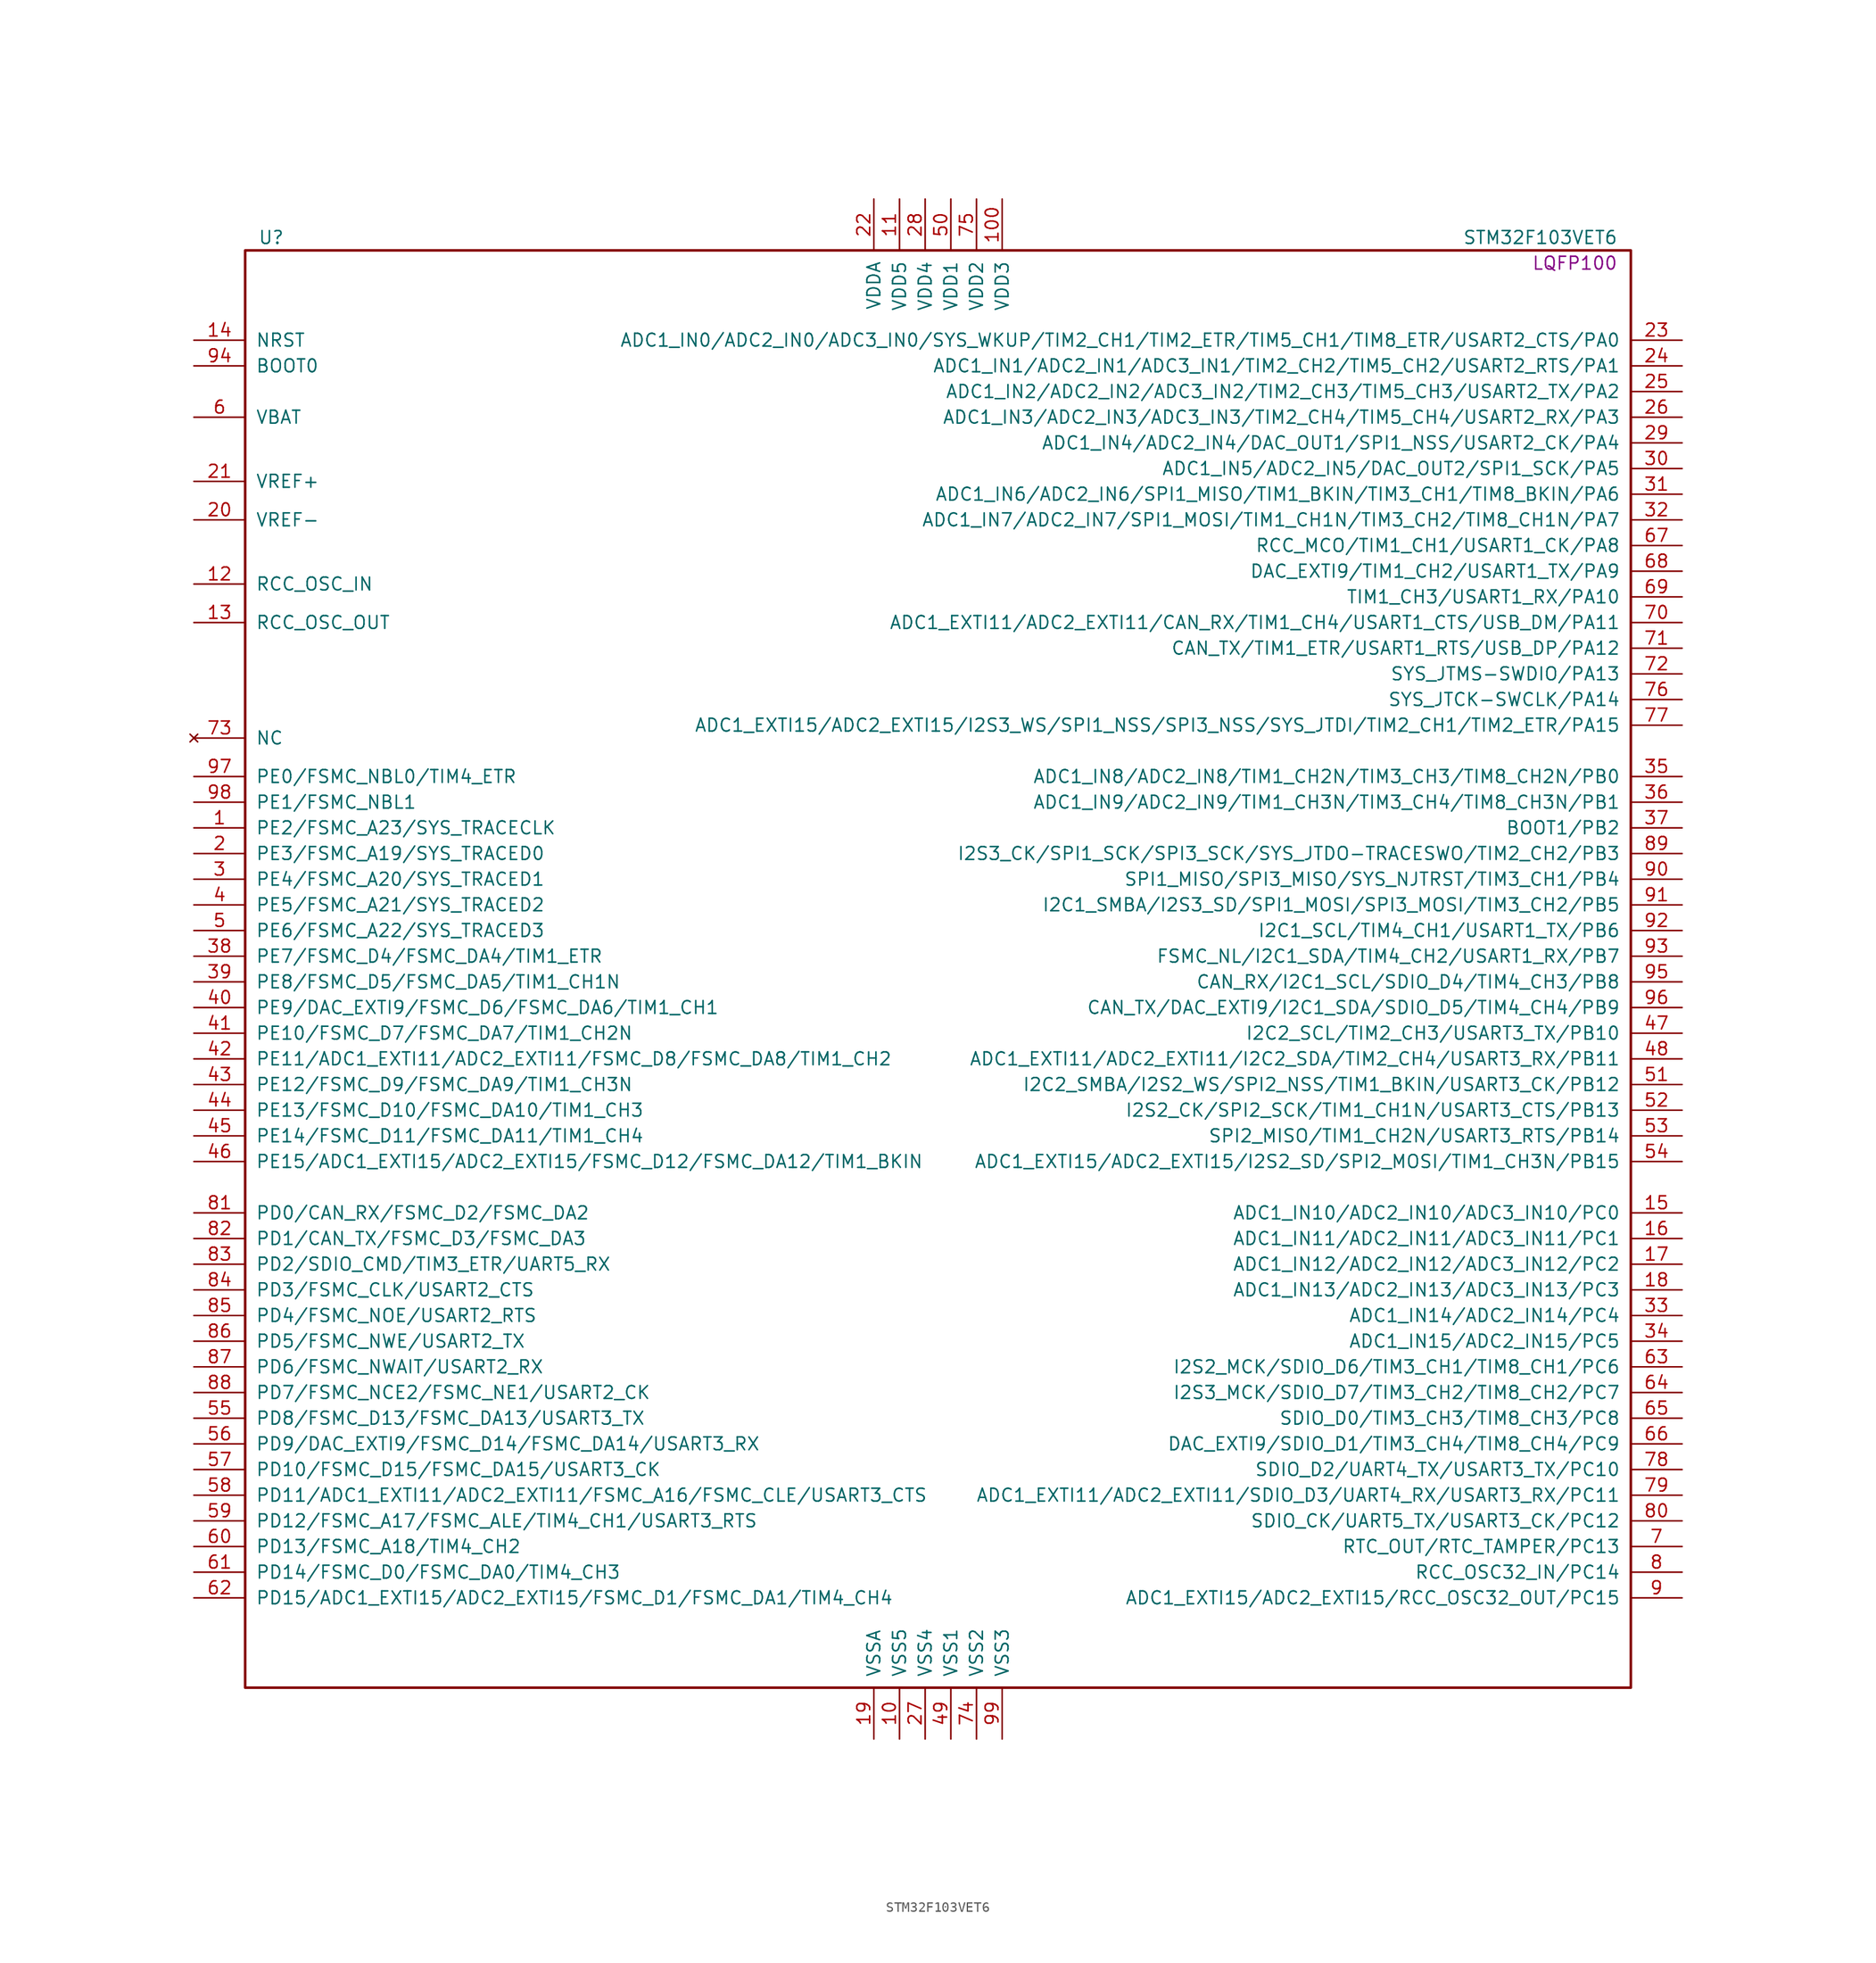
<source format=kicad_sym>
(kicad_symbol_lib
  (version 20220914)
  (generator kicad_symbol_editor)
  (symbol "STM32F103VET6"
    (pin_names
      (offset 1.016))
    (property "Reference" "U"
      (at -67.31 72.39 0)
      (effects (font (size 1.27 1.27)) (justify left)))
    (property "Value" "STM32F103VET6"
      (at 67.31 72.39 0)
      (effects (font (size 1.27 1.27)) (justify right)))
    (property "Footprint" "LQFP100"
      (at 67.31 69.85 0)
      (effects (font (size 1.27 1.27)) (justify right)))
    (property "Datasheet" ""
      (at 0 -1.27 0)
      (effects (font (size 1.27 1.27))))
    (symbol "STM32F103VET6_0_1"
      (rectangle (start -68.58 -71.12) (end 68.58 71.12) (stroke (width 0.254) (type default)) (fill (type none))))
    (symbol "STM32F103VET6_1_1"
      (pin bidirectional line (at -73.66 13.97 0) (length 5.08) (name "PE2/FSMC_A23/SYS_TRACECLK" (effects (font (size 1.27 1.27)))) (number "1" (effects (font (size 1.27 1.27)))))
      (pin power_in line (at -3.81 -76.2 90) (length 5.08) (name "VSS5" (effects (font (size 1.27 1.27)))) (number "10" (effects (font (size 1.27 1.27)))))
      (pin power_in line (at 6.35 76.2 270) (length 5.08) (name "VDD3" (effects (font (size 1.27 1.27)))) (number "100" (effects (font (size 1.27 1.27)))))
      (pin power_in line (at -3.81 76.2 270) (length 5.08) (name "VDD5" (effects (font (size 1.27 1.27)))) (number "11" (effects (font (size 1.27 1.27)))))
      (pin input line (at -73.66 38.1 0) (length 5.08) (name "RCC_OSC_IN" (effects (font (size 1.27 1.27)))) (number "12" (effects (font (size 1.27 1.27)))))
      (pin input line (at -73.66 34.29 0) (length 5.08) (name "RCC_OSC_OUT" (effects (font (size 1.27 1.27)))) (number "13" (effects (font (size 1.27 1.27)))))
      (pin input line (at -73.66 62.23 0) (length 5.08) (name "NRST" (effects (font (size 1.27 1.27)))) (number "14" (effects (font (size 1.27 1.27)))))
      (pin bidirectional line (at 73.66 -24.13 180) (length 5.08) (name "ADC1_IN10/ADC2_IN10/ADC3_IN10/PC0" (effects (font (size 1.27 1.27)))) (number "15" (effects (font (size 1.27 1.27)))))
      (pin bidirectional line (at 73.66 -26.67 180) (length 5.08) (name "ADC1_IN11/ADC2_IN11/ADC3_IN11/PC1" (effects (font (size 1.27 1.27)))) (number "16" (effects (font (size 1.27 1.27)))))
      (pin bidirectional line (at 73.66 -29.21 180) (length 5.08) (name "ADC1_IN12/ADC2_IN12/ADC3_IN12/PC2" (effects (font (size 1.27 1.27)))) (number "17" (effects (font (size 1.27 1.27)))))
      (pin bidirectional line (at 73.66 -31.75 180) (length 5.08) (name "ADC1_IN13/ADC2_IN13/ADC3_IN13/PC3" (effects (font (size 1.27 1.27)))) (number "18" (effects (font (size 1.27 1.27)))))
      (pin power_in line (at -6.35 -76.2 90) (length 5.08) (name "VSSA" (effects (font (size 1.27 1.27)))) (number "19" (effects (font (size 1.27 1.27)))))
      (pin bidirectional line (at -73.66 11.43 0) (length 5.08) (name "PE3/FSMC_A19/SYS_TRACED0" (effects (font (size 1.27 1.27)))) (number "2" (effects (font (size 1.27 1.27)))))
      (pin power_in line (at -73.66 44.45 0) (length 5.08) (name "VREF-" (effects (font (size 1.27 1.27)))) (number "20" (effects (font (size 1.27 1.27)))))
      (pin power_in line (at -73.66 48.26 0) (length 5.08) (name "VREF+" (effects (font (size 1.27 1.27)))) (number "21" (effects (font (size 1.27 1.27)))))
      (pin power_in line (at -6.35 76.2 270) (length 5.08) (name "VDDA" (effects (font (size 1.27 1.27)))) (number "22" (effects (font (size 1.27 1.27)))))
      (pin bidirectional line (at 73.66 62.23 180) (length 5.08) (name "ADC1_IN0/ADC2_IN0/ADC3_IN0/SYS_WKUP/TIM2_CH1/TIM2_ETR/TIM5_CH1/TIM8_ETR/USART2_CTS/PA0" (effects (font (size 1.27 1.27)))) (number "23" (effects (font (size 1.27 1.27)))))
      (pin bidirectional line (at 73.66 59.69 180) (length 5.08) (name "ADC1_IN1/ADC2_IN1/ADC3_IN1/TIM2_CH2/TIM5_CH2/USART2_RTS/PA1" (effects (font (size 1.27 1.27)))) (number "24" (effects (font (size 1.27 1.27)))))
      (pin bidirectional line (at 73.66 57.15 180) (length 5.08) (name "ADC1_IN2/ADC2_IN2/ADC3_IN2/TIM2_CH3/TIM5_CH3/USART2_TX/PA2" (effects (font (size 1.27 1.27)))) (number "25" (effects (font (size 1.27 1.27)))))
      (pin bidirectional line (at 73.66 54.61 180) (length 5.08) (name "ADC1_IN3/ADC2_IN3/ADC3_IN3/TIM2_CH4/TIM5_CH4/USART2_RX/PA3" (effects (font (size 1.27 1.27)))) (number "26" (effects (font (size 1.27 1.27)))))
      (pin power_in line (at -1.27 -76.2 90) (length 5.08) (name "VSS4" (effects (font (size 1.27 1.27)))) (number "27" (effects (font (size 1.27 1.27)))))
      (pin power_in line (at -1.27 76.2 270) (length 5.08) (name "VDD4" (effects (font (size 1.27 1.27)))) (number "28" (effects (font (size 1.27 1.27)))))
      (pin bidirectional line (at 73.66 52.07 180) (length 5.08) (name "ADC1_IN4/ADC2_IN4/DAC_OUT1/SPI1_NSS/USART2_CK/PA4" (effects (font (size 1.27 1.27)))) (number "29" (effects (font (size 1.27 1.27)))))
      (pin bidirectional line (at -73.66 8.89 0) (length 5.08) (name "PE4/FSMC_A20/SYS_TRACED1" (effects (font (size 1.27 1.27)))) (number "3" (effects (font (size 1.27 1.27)))))
      (pin bidirectional line (at 73.66 49.53 180) (length 5.08) (name "ADC1_IN5/ADC2_IN5/DAC_OUT2/SPI1_SCK/PA5" (effects (font (size 1.27 1.27)))) (number "30" (effects (font (size 1.27 1.27)))))
      (pin bidirectional line (at 73.66 46.99 180) (length 5.08) (name "ADC1_IN6/ADC2_IN6/SPI1_MISO/TIM1_BKIN/TIM3_CH1/TIM8_BKIN/PA6" (effects (font (size 1.27 1.27)))) (number "31" (effects (font (size 1.27 1.27)))))
      (pin bidirectional line (at 73.66 44.45 180) (length 5.08) (name "ADC1_IN7/ADC2_IN7/SPI1_MOSI/TIM1_CH1N/TIM3_CH2/TIM8_CH1N/PA7" (effects (font (size 1.27 1.27)))) (number "32" (effects (font (size 1.27 1.27)))))
      (pin bidirectional line (at 73.66 -34.29 180) (length 5.08) (name "ADC1_IN14/ADC2_IN14/PC4" (effects (font (size 1.27 1.27)))) (number "33" (effects (font (size 1.27 1.27)))))
      (pin bidirectional line (at 73.66 -36.83 180) (length 5.08) (name "ADC1_IN15/ADC2_IN15/PC5" (effects (font (size 1.27 1.27)))) (number "34" (effects (font (size 1.27 1.27)))))
      (pin bidirectional line (at 73.66 19.05 180) (length 5.08) (name "ADC1_IN8/ADC2_IN8/TIM1_CH2N/TIM3_CH3/TIM8_CH2N/PB0" (effects (font (size 1.27 1.27)))) (number "35" (effects (font (size 1.27 1.27)))))
      (pin bidirectional line (at 73.66 16.51 180) (length 5.08) (name "ADC1_IN9/ADC2_IN9/TIM1_CH3N/TIM3_CH4/TIM8_CH3N/PB1" (effects (font (size 1.27 1.27)))) (number "36" (effects (font (size 1.27 1.27)))))
      (pin bidirectional line (at 73.66 13.97 180) (length 5.08) (name "BOOT1/PB2" (effects (font (size 1.27 1.27)))) (number "37" (effects (font (size 1.27 1.27)))))
      (pin bidirectional line (at -73.66 1.27 0) (length 5.08) (name "PE7/FSMC_D4/FSMC_DA4/TIM1_ETR" (effects (font (size 1.27 1.27)))) (number "38" (effects (font (size 1.27 1.27)))))
      (pin bidirectional line (at -73.66 -1.27 0) (length 5.08) (name "PE8/FSMC_D5/FSMC_DA5/TIM1_CH1N" (effects (font (size 1.27 1.27)))) (number "39" (effects (font (size 1.27 1.27)))))
      (pin bidirectional line (at -73.66 6.35 0) (length 5.08) (name "PE5/FSMC_A21/SYS_TRACED2" (effects (font (size 1.27 1.27)))) (number "4" (effects (font (size 1.27 1.27)))))
      (pin bidirectional line (at -73.66 -3.81 0) (length 5.08) (name "PE9/DAC_EXTI9/FSMC_D6/FSMC_DA6/TIM1_CH1" (effects (font (size 1.27 1.27)))) (number "40" (effects (font (size 1.27 1.27)))))
      (pin bidirectional line (at -73.66 -6.35 0) (length 5.08) (name "PE10/FSMC_D7/FSMC_DA7/TIM1_CH2N" (effects (font (size 1.27 1.27)))) (number "41" (effects (font (size 1.27 1.27)))))
      (pin bidirectional line (at -73.66 -8.89 0) (length 5.08) (name "PE11/ADC1_EXTI11/ADC2_EXTI11/FSMC_D8/FSMC_DA8/TIM1_CH2" (effects (font (size 1.27 1.27)))) (number "42" (effects (font (size 1.27 1.27)))))
      (pin bidirectional line (at -73.66 -11.43 0) (length 5.08) (name "PE12/FSMC_D9/FSMC_DA9/TIM1_CH3N" (effects (font (size 1.27 1.27)))) (number "43" (effects (font (size 1.27 1.27)))))
      (pin bidirectional line (at -73.66 -13.97 0) (length 5.08) (name "PE13/FSMC_D10/FSMC_DA10/TIM1_CH3" (effects (font (size 1.27 1.27)))) (number "44" (effects (font (size 1.27 1.27)))))
      (pin bidirectional line (at -73.66 -16.51 0) (length 5.08) (name "PE14/FSMC_D11/FSMC_DA11/TIM1_CH4" (effects (font (size 1.27 1.27)))) (number "45" (effects (font (size 1.27 1.27)))))
      (pin bidirectional line (at -73.66 -19.05 0) (length 5.08) (name "PE15/ADC1_EXTI15/ADC2_EXTI15/FSMC_D12/FSMC_DA12/TIM1_BKIN" (effects (font (size 1.27 1.27)))) (number "46" (effects (font (size 1.27 1.27)))))
      (pin bidirectional line (at 73.66 -6.35 180) (length 5.08) (name "I2C2_SCL/TIM2_CH3/USART3_TX/PB10" (effects (font (size 1.27 1.27)))) (number "47" (effects (font (size 1.27 1.27)))))
      (pin bidirectional line (at 73.66 -8.89 180) (length 5.08) (name "ADC1_EXTI11/ADC2_EXTI11/I2C2_SDA/TIM2_CH4/USART3_RX/PB11" (effects (font (size 1.27 1.27)))) (number "48" (effects (font (size 1.27 1.27)))))
      (pin power_in line (at 1.27 -76.2 90) (length 5.08) (name "VSS1" (effects (font (size 1.27 1.27)))) (number "49" (effects (font (size 1.27 1.27)))))
      (pin bidirectional line (at -73.66 3.81 0) (length 5.08) (name "PE6/FSMC_A22/SYS_TRACED3" (effects (font (size 1.27 1.27)))) (number "5" (effects (font (size 1.27 1.27)))))
      (pin power_in line (at 1.27 76.2 270) (length 5.08) (name "VDD1" (effects (font (size 1.27 1.27)))) (number "50" (effects (font (size 1.27 1.27)))))
      (pin bidirectional line (at 73.66 -11.43 180) (length 5.08) (name "I2C2_SMBA/I2S2_WS/SPI2_NSS/TIM1_BKIN/USART3_CK/PB12" (effects (font (size 1.27 1.27)))) (number "51" (effects (font (size 1.27 1.27)))))
      (pin bidirectional line (at 73.66 -13.97 180) (length 5.08) (name "I2S2_CK/SPI2_SCK/TIM1_CH1N/USART3_CTS/PB13" (effects (font (size 1.27 1.27)))) (number "52" (effects (font (size 1.27 1.27)))))
      (pin bidirectional line (at 73.66 -16.51 180) (length 5.08) (name "SPI2_MISO/TIM1_CH2N/USART3_RTS/PB14" (effects (font (size 1.27 1.27)))) (number "53" (effects (font (size 1.27 1.27)))))
      (pin bidirectional line (at 73.66 -19.05 180) (length 5.08) (name "ADC1_EXTI15/ADC2_EXTI15/I2S2_SD/SPI2_MOSI/TIM1_CH3N/PB15" (effects (font (size 1.27 1.27)))) (number "54" (effects (font (size 1.27 1.27)))))
      (pin bidirectional line (at -73.66 -44.45 0) (length 5.08) (name "PD8/FSMC_D13/FSMC_DA13/USART3_TX" (effects (font (size 1.27 1.27)))) (number "55" (effects (font (size 1.27 1.27)))))
      (pin bidirectional line (at -73.66 -46.99 0) (length 5.08) (name "PD9/DAC_EXTI9/FSMC_D14/FSMC_DA14/USART3_RX" (effects (font (size 1.27 1.27)))) (number "56" (effects (font (size 1.27 1.27)))))
      (pin bidirectional line (at -73.66 -49.53 0) (length 5.08) (name "PD10/FSMC_D15/FSMC_DA15/USART3_CK" (effects (font (size 1.27 1.27)))) (number "57" (effects (font (size 1.27 1.27)))))
      (pin bidirectional line (at -73.66 -52.07 0) (length 5.08) (name "PD11/ADC1_EXTI11/ADC2_EXTI11/FSMC_A16/FSMC_CLE/USART3_CTS" (effects (font (size 1.27 1.27)))) (number "58" (effects (font (size 1.27 1.27)))))
      (pin bidirectional line (at -73.66 -54.61 0) (length 5.08) (name "PD12/FSMC_A17/FSMC_ALE/TIM4_CH1/USART3_RTS" (effects (font (size 1.27 1.27)))) (number "59" (effects (font (size 1.27 1.27)))))
      (pin power_in line (at -73.66 54.61 0) (length 5.08) (name "VBAT" (effects (font (size 1.27 1.27)))) (number "6" (effects (font (size 1.27 1.27)))))
      (pin bidirectional line (at -73.66 -57.15 0) (length 5.08) (name "PD13/FSMC_A18/TIM4_CH2" (effects (font (size 1.27 1.27)))) (number "60" (effects (font (size 1.27 1.27)))))
      (pin bidirectional line (at -73.66 -59.69 0) (length 5.08) (name "PD14/FSMC_D0/FSMC_DA0/TIM4_CH3" (effects (font (size 1.27 1.27)))) (number "61" (effects (font (size 1.27 1.27)))))
      (pin bidirectional line (at -73.66 -62.23 0) (length 5.08) (name "PD15/ADC1_EXTI15/ADC2_EXTI15/FSMC_D1/FSMC_DA1/TIM4_CH4" (effects (font (size 1.27 1.27)))) (number "62" (effects (font (size 1.27 1.27)))))
      (pin bidirectional line (at 73.66 -39.37 180) (length 5.08) (name "I2S2_MCK/SDIO_D6/TIM3_CH1/TIM8_CH1/PC6" (effects (font (size 1.27 1.27)))) (number "63" (effects (font (size 1.27 1.27)))))
      (pin bidirectional line (at 73.66 -41.91 180) (length 5.08) (name "I2S3_MCK/SDIO_D7/TIM3_CH2/TIM8_CH2/PC7" (effects (font (size 1.27 1.27)))) (number "64" (effects (font (size 1.27 1.27)))))
      (pin bidirectional line (at 73.66 -44.45 180) (length 5.08) (name "SDIO_D0/TIM3_CH3/TIM8_CH3/PC8" (effects (font (size 1.27 1.27)))) (number "65" (effects (font (size 1.27 1.27)))))
      (pin bidirectional line (at 73.66 -46.99 180) (length 5.08) (name "DAC_EXTI9/SDIO_D1/TIM3_CH4/TIM8_CH4/PC9" (effects (font (size 1.27 1.27)))) (number "66" (effects (font (size 1.27 1.27)))))
      (pin bidirectional line (at 73.66 41.91 180) (length 5.08) (name "RCC_MCO/TIM1_CH1/USART1_CK/PA8" (effects (font (size 1.27 1.27)))) (number "67" (effects (font (size 1.27 1.27)))))
      (pin bidirectional line (at 73.66 39.37 180) (length 5.08) (name "DAC_EXTI9/TIM1_CH2/USART1_TX/PA9" (effects (font (size 1.27 1.27)))) (number "68" (effects (font (size 1.27 1.27)))))
      (pin bidirectional line (at 73.66 36.83 180) (length 5.08) (name "TIM1_CH3/USART1_RX/PA10" (effects (font (size 1.27 1.27)))) (number "69" (effects (font (size 1.27 1.27)))))
      (pin bidirectional line (at 73.66 -57.15 180) (length 5.08) (name "RTC_OUT/RTC_TAMPER/PC13" (effects (font (size 1.27 1.27)))) (number "7" (effects (font (size 1.27 1.27)))))
      (pin bidirectional line (at 73.66 34.29 180) (length 5.08) (name "ADC1_EXTI11/ADC2_EXTI11/CAN_RX/TIM1_CH4/USART1_CTS/USB_DM/PA11" (effects (font (size 1.27 1.27)))) (number "70" (effects (font (size 1.27 1.27)))))
      (pin bidirectional line (at 73.66 31.75 180) (length 5.08) (name "CAN_TX/TIM1_ETR/USART1_RTS/USB_DP/PA12" (effects (font (size 1.27 1.27)))) (number "71" (effects (font (size 1.27 1.27)))))
      (pin bidirectional line (at 73.66 29.21 180) (length 5.08) (name "SYS_JTMS-SWDIO/PA13" (effects (font (size 1.27 1.27)))) (number "72" (effects (font (size 1.27 1.27)))))
      (pin no_connect line (at -73.66 22.86 0) (length 5.08) (name "NC" (effects (font (size 1.27 1.27)))) (number "73" (effects (font (size 1.27 1.27)))))
      (pin power_in line (at 3.81 -76.2 90) (length 5.08) (name "VSS2" (effects (font (size 1.27 1.27)))) (number "74" (effects (font (size 1.27 1.27)))))
      (pin power_in line (at 3.81 76.2 270) (length 5.08) (name "VDD2" (effects (font (size 1.27 1.27)))) (number "75" (effects (font (size 1.27 1.27)))))
      (pin bidirectional line (at 73.66 26.67 180) (length 5.08) (name "SYS_JTCK-SWCLK/PA14" (effects (font (size 1.27 1.27)))) (number "76" (effects (font (size 1.27 1.27)))))
      (pin bidirectional line (at 73.66 24.13 180) (length 5.08) (name "ADC1_EXTI15/ADC2_EXTI15/I2S3_WS/SPI1_NSS/SPI3_NSS/SYS_JTDI/TIM2_CH1/TIM2_ETR/PA15" (effects (font (size 1.27 1.27)))) (number "77" (effects (font (size 1.27 1.27)))))
      (pin bidirectional line (at 73.66 -49.53 180) (length 5.08) (name "SDIO_D2/UART4_TX/USART3_TX/PC10" (effects (font (size 1.27 1.27)))) (number "78" (effects (font (size 1.27 1.27)))))
      (pin bidirectional line (at 73.66 -52.07 180) (length 5.08) (name "ADC1_EXTI11/ADC2_EXTI11/SDIO_D3/UART4_RX/USART3_RX/PC11" (effects (font (size 1.27 1.27)))) (number "79" (effects (font (size 1.27 1.27)))))
      (pin bidirectional line (at 73.66 -59.69 180) (length 5.08) (name "RCC_OSC32_IN/PC14" (effects (font (size 1.27 1.27)))) (number "8" (effects (font (size 1.27 1.27)))))
      (pin bidirectional line (at 73.66 -54.61 180) (length 5.08) (name "SDIO_CK/UART5_TX/USART3_CK/PC12" (effects (font (size 1.27 1.27)))) (number "80" (effects (font (size 1.27 1.27)))))
      (pin bidirectional line (at -73.66 -24.13 0) (length 5.08) (name "PD0/CAN_RX/FSMC_D2/FSMC_DA2" (effects (font (size 1.27 1.27)))) (number "81" (effects (font (size 1.27 1.27)))))
      (pin bidirectional line (at -73.66 -26.67 0) (length 5.08) (name "PD1/CAN_TX/FSMC_D3/FSMC_DA3" (effects (font (size 1.27 1.27)))) (number "82" (effects (font (size 1.27 1.27)))))
      (pin bidirectional line (at -73.66 -29.21 0) (length 5.08) (name "PD2/SDIO_CMD/TIM3_ETR/UART5_RX" (effects (font (size 1.27 1.27)))) (number "83" (effects (font (size 1.27 1.27)))))
      (pin bidirectional line (at -73.66 -31.75 0) (length 5.08) (name "PD3/FSMC_CLK/USART2_CTS" (effects (font (size 1.27 1.27)))) (number "84" (effects (font (size 1.27 1.27)))))
      (pin bidirectional line (at -73.66 -34.29 0) (length 5.08) (name "PD4/FSMC_NOE/USART2_RTS" (effects (font (size 1.27 1.27)))) (number "85" (effects (font (size 1.27 1.27)))))
      (pin bidirectional line (at -73.66 -36.83 0) (length 5.08) (name "PD5/FSMC_NWE/USART2_TX" (effects (font (size 1.27 1.27)))) (number "86" (effects (font (size 1.27 1.27)))))
      (pin bidirectional line (at -73.66 -39.37 0) (length 5.08) (name "PD6/FSMC_NWAIT/USART2_RX" (effects (font (size 1.27 1.27)))) (number "87" (effects (font (size 1.27 1.27)))))
      (pin bidirectional line (at -73.66 -41.91 0) (length 5.08) (name "PD7/FSMC_NCE2/FSMC_NE1/USART2_CK" (effects (font (size 1.27 1.27)))) (number "88" (effects (font (size 1.27 1.27)))))
      (pin bidirectional line (at 73.66 11.43 180) (length 5.08) (name "I2S3_CK/SPI1_SCK/SPI3_SCK/SYS_JTDO-TRACESWO/TIM2_CH2/PB3" (effects (font (size 1.27 1.27)))) (number "89" (effects (font (size 1.27 1.27)))))
      (pin bidirectional line (at 73.66 -62.23 180) (length 5.08) (name "ADC1_EXTI15/ADC2_EXTI15/RCC_OSC32_OUT/PC15" (effects (font (size 1.27 1.27)))) (number "9" (effects (font (size 1.27 1.27)))))
      (pin bidirectional line (at 73.66 8.89 180) (length 5.08) (name "SPI1_MISO/SPI3_MISO/SYS_NJTRST/TIM3_CH1/PB4" (effects (font (size 1.27 1.27)))) (number "90" (effects (font (size 1.27 1.27)))))
      (pin bidirectional line (at 73.66 6.35 180) (length 5.08) (name "I2C1_SMBA/I2S3_SD/SPI1_MOSI/SPI3_MOSI/TIM3_CH2/PB5" (effects (font (size 1.27 1.27)))) (number "91" (effects (font (size 1.27 1.27)))))
      (pin bidirectional line (at 73.66 3.81 180) (length 5.08) (name "I2C1_SCL/TIM4_CH1/USART1_TX/PB6" (effects (font (size 1.27 1.27)))) (number "92" (effects (font (size 1.27 1.27)))))
      (pin bidirectional line (at 73.66 1.27 180) (length 5.08) (name "FSMC_NL/I2C1_SDA/TIM4_CH2/USART1_RX/PB7" (effects (font (size 1.27 1.27)))) (number "93" (effects (font (size 1.27 1.27)))))
      (pin input line (at -73.66 59.69 0) (length 5.08) (name "BOOT0" (effects (font (size 1.27 1.27)))) (number "94" (effects (font (size 1.27 1.27)))))
      (pin bidirectional line (at 73.66 -1.27 180) (length 5.08) (name "CAN_RX/I2C1_SCL/SDIO_D4/TIM4_CH3/PB8" (effects (font (size 1.27 1.27)))) (number "95" (effects (font (size 1.27 1.27)))))
      (pin bidirectional line (at 73.66 -3.81 180) (length 5.08) (name "CAN_TX/DAC_EXTI9/I2C1_SDA/SDIO_D5/TIM4_CH4/PB9" (effects (font (size 1.27 1.27)))) (number "96" (effects (font (size 1.27 1.27)))))
      (pin bidirectional line (at -73.66 19.05 0) (length 5.08) (name "PE0/FSMC_NBL0/TIM4_ETR" (effects (font (size 1.27 1.27)))) (number "97" (effects (font (size 1.27 1.27)))))
      (pin bidirectional line (at -73.66 16.51 0) (length 5.08) (name "PE1/FSMC_NBL1" (effects (font (size 1.27 1.27)))) (number "98" (effects (font (size 1.27 1.27)))))
      (pin power_in line (at 6.35 -76.2 90) (length 5.08) (name "VSS3" (effects (font (size 1.27 1.27)))) (number "99" (effects (font (size 1.27 1.27))))))))
</source>
